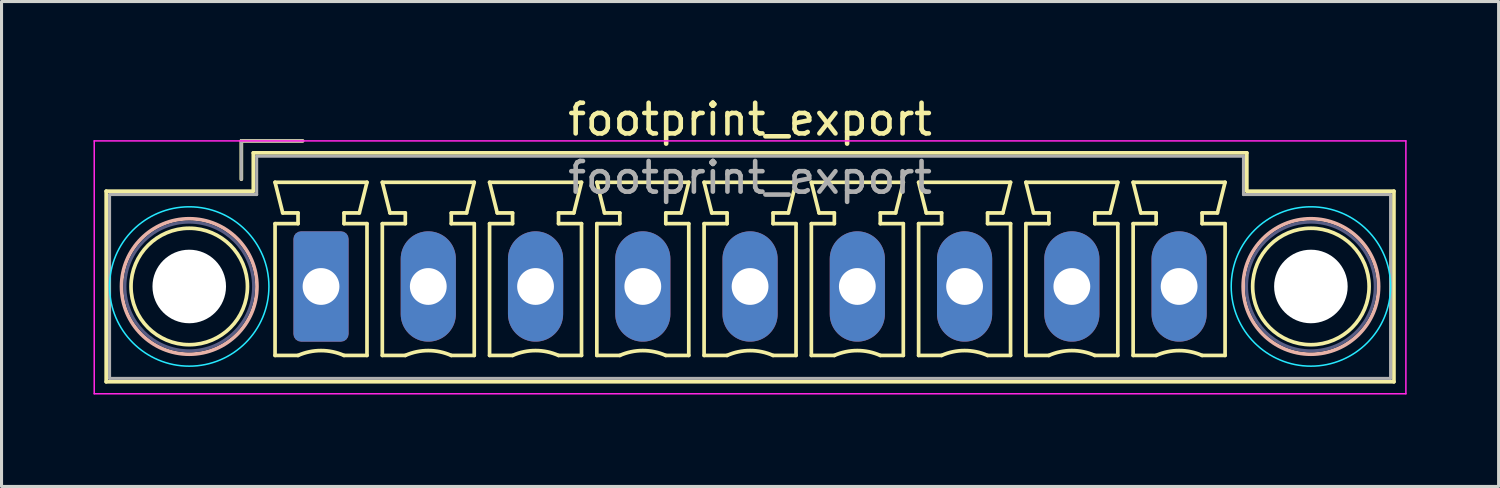
<source format=kicad_pcb>
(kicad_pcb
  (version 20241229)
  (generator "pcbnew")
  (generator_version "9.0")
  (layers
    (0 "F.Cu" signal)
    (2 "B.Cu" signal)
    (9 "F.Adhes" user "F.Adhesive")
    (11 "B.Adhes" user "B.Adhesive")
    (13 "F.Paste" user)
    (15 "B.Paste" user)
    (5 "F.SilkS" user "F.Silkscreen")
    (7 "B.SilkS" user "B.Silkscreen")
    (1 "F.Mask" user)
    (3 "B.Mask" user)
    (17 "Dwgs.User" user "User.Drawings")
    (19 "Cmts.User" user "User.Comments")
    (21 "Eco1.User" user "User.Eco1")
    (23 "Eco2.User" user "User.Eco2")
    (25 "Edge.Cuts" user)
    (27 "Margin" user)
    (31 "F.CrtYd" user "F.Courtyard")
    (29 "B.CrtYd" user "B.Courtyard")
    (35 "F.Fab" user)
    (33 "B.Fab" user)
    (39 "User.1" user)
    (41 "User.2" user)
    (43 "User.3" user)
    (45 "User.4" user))
  (footprint "footprint_export"
    (layer "F.Cu")
    (at 7.425 6.298)
    (property "Reference" "footprint_export" (at 14 -5.45 0) (layer "F.SilkS") (effects (font (size 1 1) (thickness 0.15))))
    (attr through_hole)
    (fp_line (start -7.01 -3.11) (end -7.01 3.11) (stroke (width 0.12) (type solid)) (layer "F.SilkS"))
    (fp_line (start -7.01 3.11) (end 35.01 3.11) (stroke (width 0.12) (type solid)) (layer "F.SilkS"))
    (fp_line (start -2.6 -4.75) (end -0.6 -4.75) (stroke (width 0.12) (type solid)) (layer "F.SilkS"))
    (fp_line (start -2.6 -3.5) (end -2.6 -4.75) (stroke (width 0.12) (type solid)) (layer "F.SilkS"))
    (fp_line (start -2.21 -4.36) (end -2.21 -3.11) (stroke (width 0.12) (type solid)) (layer "F.SilkS"))
    (fp_line (start -2.21 -3.11) (end -7.01 -3.11) (stroke (width 0.12) (type solid)) (layer "F.SilkS"))
    (fp_line (start -1.5 -3.4) (end 1.5 -3.4) (stroke (width 0.12) (type solid)) (layer "F.SilkS"))
    (fp_line (start -1.5 -2.05) (end -0.75 -2.05) (stroke (width 0.12) (type solid)) (layer "F.SilkS"))
    (fp_line (start -1.5 2.25) (end -1.5 -2.05) (stroke (width 0.12) (type solid)) (layer "F.SilkS"))
    (fp_line (start -1.25 -2.4) (end -1.5 -3.4) (stroke (width 0.12) (type solid)) (layer "F.SilkS"))
    (fp_line (start -0.75 -2.4) (end -1.25 -2.4) (stroke (width 0.12) (type solid)) (layer "F.SilkS"))
    (fp_line (start -0.75 -2.05) (end -0.75 -2.4) (stroke (width 0.12) (type solid)) (layer "F.SilkS"))
    (fp_line (start -0.75 2.25) (end -1.5 2.25) (stroke (width 0.12) (type solid)) (layer "F.SilkS"))
    (fp_line (start 0.75 -2.4) (end 0.75 -2.05) (stroke (width 0.12) (type solid)) (layer "F.SilkS"))
    (fp_line (start 0.75 -2.05) (end 1.5 -2.05) (stroke (width 0.12) (type solid)) (layer "F.SilkS"))
    (fp_line (start 1.25 -2.4) (end 0.75 -2.4) (stroke (width 0.12) (type solid)) (layer "F.SilkS"))
    (fp_line (start 1.5 -3.4) (end 1.25 -2.4) (stroke (width 0.12) (type solid)) (layer "F.SilkS"))
    (fp_line (start 1.5 -2.05) (end 1.5 2.25) (stroke (width 0.12) (type solid)) (layer "F.SilkS"))
    (fp_line (start 1.5 2.25) (end 0.75 2.25) (stroke (width 0.12) (type solid)) (layer "F.SilkS"))
    (fp_line (start 2 -3.4) (end 5 -3.4) (stroke (width 0.12) (type solid)) (layer "F.SilkS"))
    (fp_line (start 2 -2.05) (end 2.75 -2.05) (stroke (width 0.12) (type solid)) (layer "F.SilkS"))
    (fp_line (start 2 2.25) (end 2 -2.05) (stroke (width 0.12) (type solid)) (layer "F.SilkS"))
    (fp_line (start 2.25 -2.4) (end 2 -3.4) (stroke (width 0.12) (type solid)) (layer "F.SilkS"))
    (fp_line (start 2.75 -2.4) (end 2.25 -2.4) (stroke (width 0.12) (type solid)) (layer "F.SilkS"))
    (fp_line (start 2.75 -2.05) (end 2.75 -2.4) (stroke (width 0.12) (type solid)) (layer "F.SilkS"))
    (fp_line (start 2.75 2.25) (end 2 2.25) (stroke (width 0.12) (type solid)) (layer "F.SilkS"))
    (fp_line (start 4.25 -2.4) (end 4.25 -2.05) (stroke (width 0.12) (type solid)) (layer "F.SilkS"))
    (fp_line (start 4.25 -2.05) (end 5 -2.05) (stroke (width 0.12) (type solid)) (layer "F.SilkS"))
    (fp_line (start 4.75 -2.4) (end 4.25 -2.4) (stroke (width 0.12) (type solid)) (layer "F.SilkS"))
    (fp_line (start 5 -3.4) (end 4.75 -2.4) (stroke (width 0.12) (type solid)) (layer "F.SilkS"))
    (fp_line (start 5 -2.05) (end 5 2.25) (stroke (width 0.12) (type solid)) (layer "F.SilkS"))
    (fp_line (start 5 2.25) (end 4.25 2.25) (stroke (width 0.12) (type solid)) (layer "F.SilkS"))
    (fp_line (start 5.5 -3.4) (end 8.5 -3.4) (stroke (width 0.12) (type solid)) (layer "F.SilkS"))
    (fp_line (start 5.5 -2.05) (end 6.25 -2.05) (stroke (width 0.12) (type solid)) (layer "F.SilkS"))
    (fp_line (start 5.5 2.25) (end 5.5 -2.05) (stroke (width 0.12) (type solid)) (layer "F.SilkS"))
    (fp_line (start 5.75 -2.4) (end 5.5 -3.4) (stroke (width 0.12) (type solid)) (layer "F.SilkS"))
    (fp_line (start 6.25 -2.4) (end 5.75 -2.4) (stroke (width 0.12) (type solid)) (layer "F.SilkS"))
    (fp_line (start 6.25 -2.05) (end 6.25 -2.4) (stroke (width 0.12) (type solid)) (layer "F.SilkS"))
    (fp_line (start 6.25 2.25) (end 5.5 2.25) (stroke (width 0.12) (type solid)) (layer "F.SilkS"))
    (fp_line (start 7.75 -2.4) (end 7.75 -2.05) (stroke (width 0.12) (type solid)) (layer "F.SilkS"))
    (fp_line (start 7.75 -2.05) (end 8.5 -2.05) (stroke (width 0.12) (type solid)) (layer "F.SilkS"))
    (fp_line (start 8.25 -2.4) (end 7.75 -2.4) (stroke (width 0.12) (type solid)) (layer "F.SilkS"))
    (fp_line (start 8.5 -3.4) (end 8.25 -2.4) (stroke (width 0.12) (type solid)) (layer "F.SilkS"))
    (fp_line (start 8.5 -2.05) (end 8.5 2.25) (stroke (width 0.12) (type solid)) (layer "F.SilkS"))
    (fp_line (start 8.5 2.25) (end 7.75 2.25) (stroke (width 0.12) (type solid)) (layer "F.SilkS"))
    (fp_line (start 9 -3.4) (end 12 -3.4) (stroke (width 0.12) (type solid)) (layer "F.SilkS"))
    (fp_line (start 9 -2.05) (end 9.75 -2.05) (stroke (width 0.12) (type solid)) (layer "F.SilkS"))
    (fp_line (start 9 2.25) (end 9 -2.05) (stroke (width 0.12) (type solid)) (layer "F.SilkS"))
    (fp_line (start 9.25 -2.4) (end 9 -3.4) (stroke (width 0.12) (type solid)) (layer "F.SilkS"))
    (fp_line (start 9.75 -2.4) (end 9.25 -2.4) (stroke (width 0.12) (type solid)) (layer "F.SilkS"))
    (fp_line (start 9.75 -2.05) (end 9.75 -2.4) (stroke (width 0.12) (type solid)) (layer "F.SilkS"))
    (fp_line (start 9.75 2.25) (end 9 2.25) (stroke (width 0.12) (type solid)) (layer "F.SilkS"))
    (fp_line (start 11.25 -2.4) (end 11.25 -2.05) (stroke (width 0.12) (type solid)) (layer "F.SilkS"))
    (fp_line (start 11.25 -2.05) (end 12 -2.05) (stroke (width 0.12) (type solid)) (layer "F.SilkS"))
    (fp_line (start 11.75 -2.4) (end 11.25 -2.4) (stroke (width 0.12) (type solid)) (layer "F.SilkS"))
    (fp_line (start 12 -3.4) (end 11.75 -2.4) (stroke (width 0.12) (type solid)) (layer "F.SilkS"))
    (fp_line (start 12 -2.05) (end 12 2.25) (stroke (width 0.12) (type solid)) (layer "F.SilkS"))
    (fp_line (start 12 2.25) (end 11.25 2.25) (stroke (width 0.12) (type solid)) (layer "F.SilkS"))
    (fp_line (start 12.5 -3.4) (end 15.5 -3.4) (stroke (width 0.12) (type solid)) (layer "F.SilkS"))
    (fp_line (start 12.5 -2.05) (end 13.25 -2.05) (stroke (width 0.12) (type solid)) (layer "F.SilkS"))
    (fp_line (start 12.5 2.25) (end 12.5 -2.05) (stroke (width 0.12) (type solid)) (layer "F.SilkS"))
    (fp_line (start 12.75 -2.4) (end 12.5 -3.4) (stroke (width 0.12) (type solid)) (layer "F.SilkS"))
    (fp_line (start 13.25 -2.4) (end 12.75 -2.4) (stroke (width 0.12) (type solid)) (layer "F.SilkS"))
    (fp_line (start 13.25 -2.05) (end 13.25 -2.4) (stroke (width 0.12) (type solid)) (layer "F.SilkS"))
    (fp_line (start 13.25 2.25) (end 12.5 2.25) (stroke (width 0.12) (type solid)) (layer "F.SilkS"))
    (fp_line (start 14.75 -2.4) (end 14.75 -2.05) (stroke (width 0.12) (type solid)) (layer "F.SilkS"))
    (fp_line (start 14.75 -2.05) (end 15.5 -2.05) (stroke (width 0.12) (type solid)) (layer "F.SilkS"))
    (fp_line (start 15.25 -2.4) (end 14.75 -2.4) (stroke (width 0.12) (type solid)) (layer "F.SilkS"))
    (fp_line (start 15.5 -3.4) (end 15.25 -2.4) (stroke (width 0.12) (type solid)) (layer "F.SilkS"))
    (fp_line (start 15.5 -2.05) (end 15.5 2.25) (stroke (width 0.12) (type solid)) (layer "F.SilkS"))
    (fp_line (start 15.5 2.25) (end 14.75 2.25) (stroke (width 0.12) (type solid)) (layer "F.SilkS"))
    (fp_line (start 16 -3.4) (end 19 -3.4) (stroke (width 0.12) (type solid)) (layer "F.SilkS"))
    (fp_line (start 16 -2.05) (end 16.75 -2.05) (stroke (width 0.12) (type solid)) (layer "F.SilkS"))
    (fp_line (start 16 2.25) (end 16 -2.05) (stroke (width 0.12) (type solid)) (layer "F.SilkS"))
    (fp_line (start 16.25 -2.4) (end 16 -3.4) (stroke (width 0.12) (type solid)) (layer "F.SilkS"))
    (fp_line (start 16.75 -2.4) (end 16.25 -2.4) (stroke (width 0.12) (type solid)) (layer "F.SilkS"))
    (fp_line (start 16.75 -2.05) (end 16.75 -2.4) (stroke (width 0.12) (type solid)) (layer "F.SilkS"))
    (fp_line (start 16.75 2.25) (end 16 2.25) (stroke (width 0.12) (type solid)) (layer "F.SilkS"))
    (fp_line (start 18.25 -2.4) (end 18.25 -2.05) (stroke (width 0.12) (type solid)) (layer "F.SilkS"))
    (fp_line (start 18.25 -2.05) (end 19 -2.05) (stroke (width 0.12) (type solid)) (layer "F.SilkS"))
    (fp_line (start 18.75 -2.4) (end 18.25 -2.4) (stroke (width 0.12) (type solid)) (layer "F.SilkS"))
    (fp_line (start 19 -3.4) (end 18.75 -2.4) (stroke (width 0.12) (type solid)) (layer "F.SilkS"))
    (fp_line (start 19 -2.05) (end 19 2.25) (stroke (width 0.12) (type solid)) (layer "F.SilkS"))
    (fp_line (start 19 2.25) (end 18.25 2.25) (stroke (width 0.12) (type solid)) (layer "F.SilkS"))
    (fp_line (start 19.5 -3.4) (end 22.5 -3.4) (stroke (width 0.12) (type solid)) (layer "F.SilkS"))
    (fp_line (start 19.5 -2.05) (end 20.25 -2.05) (stroke (width 0.12) (type solid)) (layer "F.SilkS"))
    (fp_line (start 19.5 2.25) (end 19.5 -2.05) (stroke (width 0.12) (type solid)) (layer "F.SilkS"))
    (fp_line (start 19.75 -2.4) (end 19.5 -3.4) (stroke (width 0.12) (type solid)) (layer "F.SilkS"))
    (fp_line (start 20.25 -2.4) (end 19.75 -2.4) (stroke (width 0.12) (type solid)) (layer "F.SilkS"))
    (fp_line (start 20.25 -2.05) (end 20.25 -2.4) (stroke (width 0.12) (type solid)) (layer "F.SilkS"))
    (fp_line (start 20.25 2.25) (end 19.5 2.25) (stroke (width 0.12) (type solid)) (layer "F.SilkS"))
    (fp_line (start 21.75 -2.4) (end 21.75 -2.05) (stroke (width 0.12) (type solid)) (layer "F.SilkS"))
    (fp_line (start 21.75 -2.05) (end 22.5 -2.05) (stroke (width 0.12) (type solid)) (layer "F.SilkS"))
    (fp_line (start 22.25 -2.4) (end 21.75 -2.4) (stroke (width 0.12) (type solid)) (layer "F.SilkS"))
    (fp_line (start 22.5 -3.4) (end 22.25 -2.4) (stroke (width 0.12) (type solid)) (layer "F.SilkS"))
    (fp_line (start 22.5 -2.05) (end 22.5 2.25) (stroke (width 0.12) (type solid)) (layer "F.SilkS"))
    (fp_line (start 22.5 2.25) (end 21.75 2.25) (stroke (width 0.12) (type solid)) (layer "F.SilkS"))
    (fp_line (start 23 -3.4) (end 26 -3.4) (stroke (width 0.12) (type solid)) (layer "F.SilkS"))
    (fp_line (start 23 -2.05) (end 23.75 -2.05) (stroke (width 0.12) (type solid)) (layer "F.SilkS"))
    (fp_line (start 23 2.25) (end 23 -2.05) (stroke (width 0.12) (type solid)) (layer "F.SilkS"))
    (fp_line (start 23.25 -2.4) (end 23 -3.4) (stroke (width 0.12) (type solid)) (layer "F.SilkS"))
    (fp_line (start 23.75 -2.4) (end 23.25 -2.4) (stroke (width 0.12) (type solid)) (layer "F.SilkS"))
    (fp_line (start 23.75 -2.05) (end 23.75 -2.4) (stroke (width 0.12) (type solid)) (layer "F.SilkS"))
    (fp_line (start 23.75 2.25) (end 23 2.25) (stroke (width 0.12) (type solid)) (layer "F.SilkS"))
    (fp_line (start 25.25 -2.4) (end 25.25 -2.05) (stroke (width 0.12) (type solid)) (layer "F.SilkS"))
    (fp_line (start 25.25 -2.05) (end 26 -2.05) (stroke (width 0.12) (type solid)) (layer "F.SilkS"))
    (fp_line (start 25.75 -2.4) (end 25.25 -2.4) (stroke (width 0.12) (type solid)) (layer "F.SilkS"))
    (fp_line (start 26 -3.4) (end 25.75 -2.4) (stroke (width 0.12) (type solid)) (layer "F.SilkS"))
    (fp_line (start 26 -2.05) (end 26 2.25) (stroke (width 0.12) (type solid)) (layer "F.SilkS"))
    (fp_line (start 26 2.25) (end 25.25 2.25) (stroke (width 0.12) (type solid)) (layer "F.SilkS"))
    (fp_line (start 26.5 -3.4) (end 29.5 -3.4) (stroke (width 0.12) (type solid)) (layer "F.SilkS"))
    (fp_line (start 26.5 -2.05) (end 27.25 -2.05) (stroke (width 0.12) (type solid)) (layer "F.SilkS"))
    (fp_line (start 26.5 2.25) (end 26.5 -2.05) (stroke (width 0.12) (type solid)) (layer "F.SilkS"))
    (fp_line (start 26.75 -2.4) (end 26.5 -3.4) (stroke (width 0.12) (type solid)) (layer "F.SilkS"))
    (fp_line (start 27.25 -2.4) (end 26.75 -2.4) (stroke (width 0.12) (type solid)) (layer "F.SilkS"))
    (fp_line (start 27.25 -2.05) (end 27.25 -2.4) (stroke (width 0.12) (type solid)) (layer "F.SilkS"))
    (fp_line (start 27.25 2.25) (end 26.5 2.25) (stroke (width 0.12) (type solid)) (layer "F.SilkS"))
    (fp_line (start 28.75 -2.4) (end 28.75 -2.05) (stroke (width 0.12) (type solid)) (layer "F.SilkS"))
    (fp_line (start 28.75 -2.05) (end 29.5 -2.05) (stroke (width 0.12) (type solid)) (layer "F.SilkS"))
    (fp_line (start 29.25 -2.4) (end 28.75 -2.4) (stroke (width 0.12) (type solid)) (layer "F.SilkS"))
    (fp_line (start 29.5 -3.4) (end 29.25 -2.4) (stroke (width 0.12) (type solid)) (layer "F.SilkS"))
    (fp_line (start 29.5 -2.05) (end 29.5 2.25) (stroke (width 0.12) (type solid)) (layer "F.SilkS"))
    (fp_line (start 29.5 2.25) (end 28.75 2.25) (stroke (width 0.12) (type solid)) (layer "F.SilkS"))
    (fp_line (start 30.21 -4.36) (end -2.21 -4.36) (stroke (width 0.12) (type solid)) (layer "F.SilkS"))
    (fp_line (start 30.21 -3.11) (end 30.21 -4.36) (stroke (width 0.12) (type solid)) (layer "F.SilkS"))
    (fp_line (start 35.01 -3.11) (end 30.21 -3.11) (stroke (width 0.12) (type solid)) (layer "F.SilkS"))
    (fp_line (start 35.01 3.11) (end 35.01 -3.11) (stroke (width 0.12) (type solid)) (layer "F.SilkS"))
    (fp_arc (start -0.75 2.25) (mid -0.000193 2.09191) (end 0.749647 2.249844) (stroke (width 0.12) (type solid)) (layer "F.SilkS"))
    (fp_arc (start 2.75 2.25) (mid 3.499807 2.09191) (end 4.249647 2.249844) (stroke (width 0.12) (type solid)) (layer "F.SilkS"))
    (fp_arc (start 6.25 2.25) (mid 6.999807 2.09191) (end 7.749647 2.249844) (stroke (width 0.12) (type solid)) (layer "F.SilkS"))
    (fp_arc (start 9.75 2.25) (mid 10.499807 2.09191) (end 11.249647 2.249844) (stroke (width 0.12) (type solid)) (layer "F.SilkS"))
    (fp_arc (start 13.25 2.25) (mid 13.999807 2.09191) (end 14.749647 2.249844) (stroke (width 0.12) (type solid)) (layer "F.SilkS"))
    (fp_arc (start 16.75 2.25) (mid 17.499807 2.09191) (end 18.249647 2.249844) (stroke (width 0.12) (type solid)) (layer "F.SilkS"))
    (fp_arc (start 20.25 2.25) (mid 20.999807 2.09191) (end 21.749647 2.249844) (stroke (width 0.12) (type solid)) (layer "F.SilkS"))
    (fp_arc (start 23.75 2.25) (mid 24.499807 2.09191) (end 25.249647 2.249844) (stroke (width 0.12) (type solid)) (layer "F.SilkS"))
    (fp_arc (start 27.25 2.25) (mid 27.999807 2.09191) (end 28.749647 2.249844) (stroke (width 0.12) (type solid)) (layer "F.SilkS"))
    (fp_circle (center -4.3 0) (end -2.4 0) (stroke (width 0.12) (type solid)) (fill no) (layer "F.SilkS"))
    (fp_circle (center 32.3 0) (end 34.2 0) (stroke (width 0.12) (type solid)) (fill no) (layer "F.SilkS"))
    (fp_circle (center -4.3 0) (end -2.09 0) (stroke (width 0.12) (type solid)) (fill no) (layer "B.SilkS"))
    (fp_circle (center 32.3 0) (end 34.51 0) (stroke (width 0.12) (type solid)) (fill no) (layer "B.SilkS"))
    (fp_circle (center -4.3 0) (end -1.7 0) (stroke (width 0.05) (type solid)) (fill no) (layer "B.CrtYd"))
    (fp_circle (center 32.3 0) (end 34.9 0) (stroke (width 0.05) (type solid)) (fill no) (layer "B.CrtYd"))
    (fp_line (start -7.4 -4.75) (end -7.4 3.5) (stroke (width 0.05) (type solid)) (layer "F.CrtYd"))
    (fp_line (start -7.4 3.5) (end 35.4 3.5) (stroke (width 0.05) (type solid)) (layer "F.CrtYd"))
    (fp_line (start 35.4 -4.75) (end -7.4 -4.75) (stroke (width 0.05) (type solid)) (layer "F.CrtYd"))
    (fp_line (start 35.4 3.5) (end 35.4 -4.75) (stroke (width 0.05) (type solid)) (layer "F.CrtYd"))
    (fp_circle (center -4.3 0) (end -2.2 0) (stroke (width 0.1) (type solid)) (fill no) (layer "B.Fab"))
    (fp_circle (center 32.3 0) (end 34.4 0) (stroke (width 0.1) (type solid)) (fill no) (layer "B.Fab"))
    (fp_line (start -6.9 -3) (end -6.9 3) (stroke (width 0.1) (type solid)) (layer "F.Fab"))
    (fp_line (start -6.9 3) (end 34.9 3) (stroke (width 0.1) (type solid)) (layer "F.Fab"))
    (fp_line (start -2.6 -4.75) (end -0.6 -4.75) (stroke (width 0.1) (type solid)) (layer "F.Fab"))
    (fp_line (start -2.6 -3.5) (end -2.6 -4.75) (stroke (width 0.1) (type solid)) (layer "F.Fab"))
    (fp_line (start -2.1 -4.25) (end -2.1 -3) (stroke (width 0.1) (type solid)) (layer "F.Fab"))
    (fp_line (start -2.1 -3) (end -6.9 -3) (stroke (width 0.1) (type solid)) (layer "F.Fab"))
    (fp_line (start 30.1 -4.25) (end -2.1 -4.25) (stroke (width 0.1) (type solid)) (layer "F.Fab"))
    (fp_line (start 30.1 -3) (end 30.1 -4.25) (stroke (width 0.1) (type solid)) (layer "F.Fab"))
    (fp_line (start 34.9 -3) (end 30.1 -3) (stroke (width 0.1) (type solid)) (layer "F.Fab"))
    (fp_line (start 34.9 3) (end 34.9 -3) (stroke (width 0.1) (type solid)) (layer "F.Fab"))
    (fp_text user "${REFERENCE}" (at 14 -3.55 0) (layer "F.Fab") (effects (font (size 1 1) (thickness 0.15))))
    (pad "" np_thru_hole circle (at -4.3 0) (size 2.4 2.4) (drill 2.4) (layers "*.Cu" "*.Mask"))
    (pad "" np_thru_hole circle (at 32.3 0) (size 2.4 2.4) (drill 2.4) (layers "*.Cu" "*.Mask"))
    (pad "1" thru_hole roundrect (at 0 0) (size 1.8 3.6) (drill 1.2) (layers "*.Cu" "*.Mask") (roundrect_rratio 0.139))
    (pad "2" thru_hole oval (at 3.5 0) (size 1.8 3.6) (drill 1.2) (layers "*.Cu" "*.Mask"))
    (pad "3" thru_hole oval (at 7 0) (size 1.8 3.6) (drill 1.2) (layers "*.Cu" "*.Mask"))
    (pad "4" thru_hole oval (at 10.5 0) (size 1.8 3.6) (drill 1.2) (layers "*.Cu" "*.Mask"))
    (pad "5" thru_hole oval (at 14 0) (size 1.8 3.6) (drill 1.2) (layers "*.Cu" "*.Mask"))
    (pad "6" thru_hole oval (at 17.5 0) (size 1.8 3.6) (drill 1.2) (layers "*.Cu" "*.Mask"))
    (pad "7" thru_hole oval (at 21 0) (size 1.8 3.6) (drill 1.2) (layers "*.Cu" "*.Mask"))
    (pad "8" thru_hole oval (at 24.5 0) (size 1.8 3.6) (drill 1.2) (layers "*.Cu" "*.Mask"))
    (pad "9" thru_hole oval (at 28 0) (size 1.8 3.6) (drill 1.2) (layers "*.Cu" "*.Mask")))
  (gr_rect
    (start -3 -3)
    (end 45.85 12.823)
    (stroke (width 0.1) (type default))
    (fill no)
    (layer "Edge.Cuts")))
</source>
